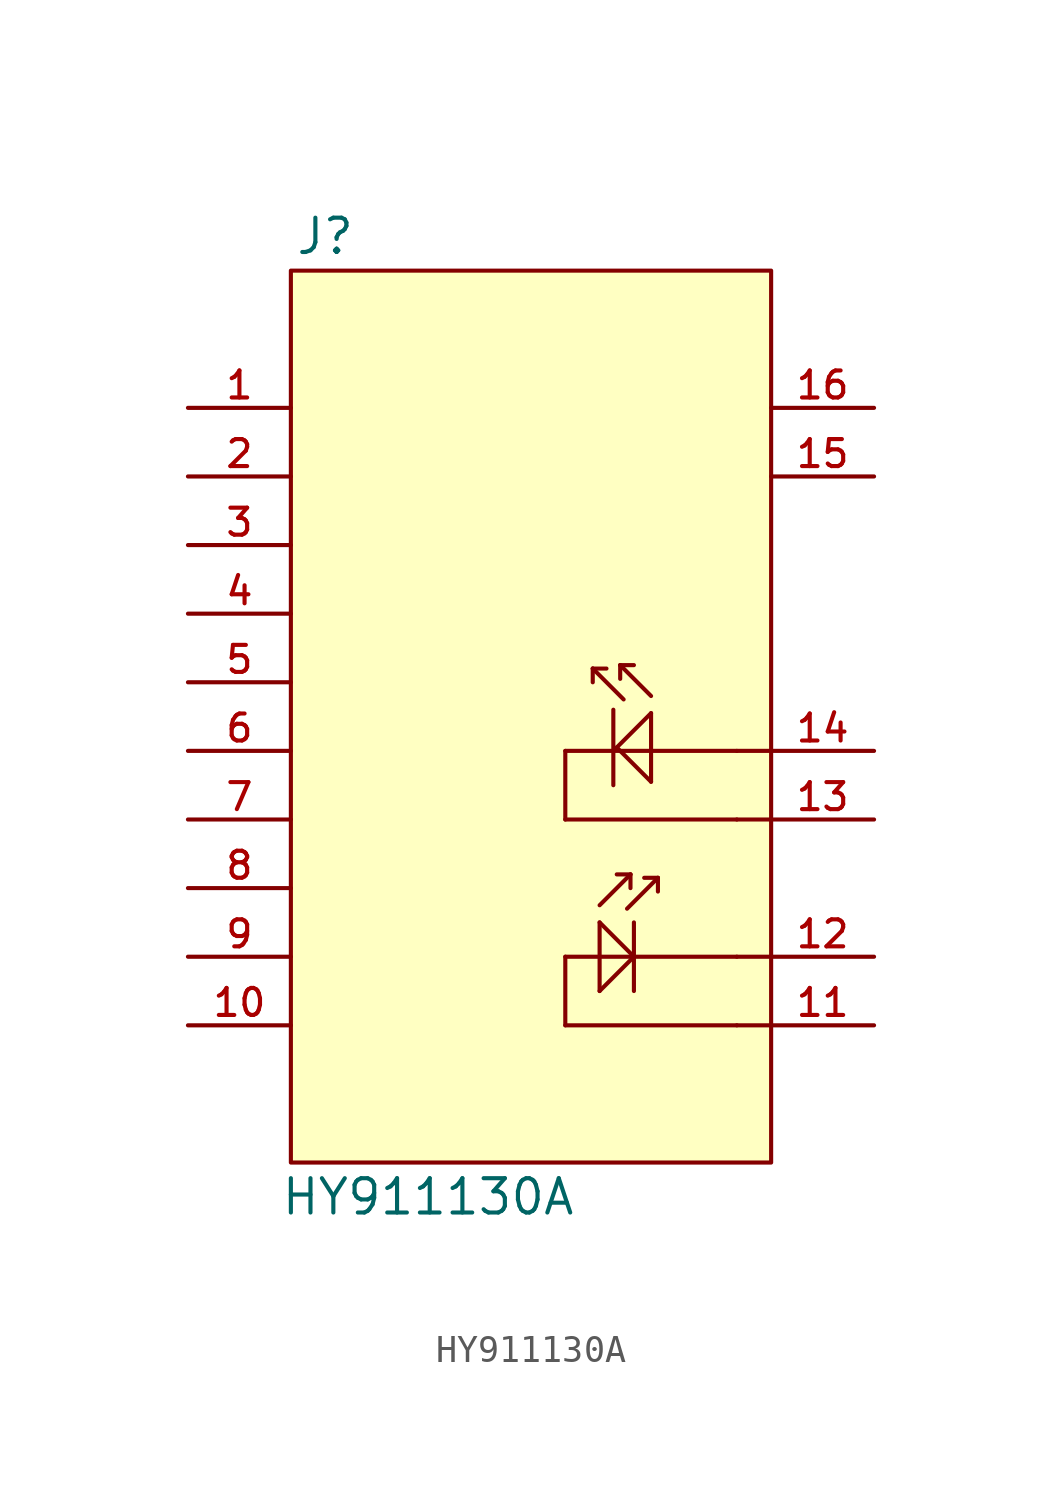
<source format=kicad_sym>
(kicad_symbol_lib
  (version 20220914)
  (generator kicad_symbol_editor)
  (symbol "HY911130A"
    (pin_names hide)
    (property "Reference" "J"
      (at -7.62 17.78 0)
      (effects (font (size 1.27 1.27))))
    (property "Value" "HY911130A"
      (at -3.81 -17.78 0)
      (effects (font (size 1.27 1.27))))
    (symbol "HY911130A_0_1"
      (rectangle (start -8.89 16.51) (end 8.89 -16.51) (stroke (width 0) (type default)) (fill (type background)))
      (polyline (pts (xy 1.27 -11.43) (xy 7.62 -11.43)) (stroke (width 0) (type default)) (fill (type none)))
      (polyline (pts (xy 1.27 -8.89) (xy 1.27 -11.43)) (stroke (width 0) (type default)) (fill (type none)))
      (polyline (pts (xy 1.27 -3.81) (xy 7.62 -3.81)) (stroke (width 0) (type default)) (fill (type none)))
      (polyline (pts (xy 1.27 -1.27) (xy 1.27 -3.81)) (stroke (width 0) (type default)) (fill (type none)))
      (polyline (pts (xy 2.286 1.778) (xy 2.286 1.27)) (stroke (width 0) (type default)) (fill (type none)))
      (polyline (pts (xy 2.286 1.778) (xy 2.794 1.778)) (stroke (width 0) (type default)) (fill (type none)))
      (polyline (pts (xy 2.54 -10.16) (xy 3.81 -8.89)) (stroke (width 0) (type default)) (fill (type none)))
      (polyline (pts (xy 2.54 -7.62) (xy 2.54 -10.16)) (stroke (width 0) (type default)) (fill (type none)))
      (polyline (pts (xy 2.54 -6.985) (xy 3.683 -5.842)) (stroke (width 0) (type default)) (fill (type none)))
      (polyline (pts (xy 3.048 -2.54) (xy 3.048 0.254)) (stroke (width 0) (type default)) (fill (type none)))
      (polyline (pts (xy 3.175 -1.143) (xy 4.445 -2.413)) (stroke (width 0) (type default)) (fill (type none)))
      (polyline (pts (xy 3.302 1.905) (xy 3.302 1.397)) (stroke (width 0) (type default)) (fill (type none)))
      (polyline (pts (xy 3.302 1.905) (xy 3.81 1.905)) (stroke (width 0) (type default)) (fill (type none)))
      (polyline (pts (xy 3.429 0.635) (xy 2.286 1.778)) (stroke (width 0) (type default)) (fill (type none)))
      (polyline (pts (xy 3.556 -7.112) (xy 4.699 -5.969)) (stroke (width 0) (type default)) (fill (type none)))
      (polyline (pts (xy 3.683 -5.842) (xy 3.175 -5.842)) (stroke (width 0) (type default)) (fill (type none)))
      (polyline (pts (xy 3.683 -5.842) (xy 3.683 -6.35)) (stroke (width 0) (type default)) (fill (type none)))
      (polyline (pts (xy 3.81 -8.89) (xy 2.54 -7.62)) (stroke (width 0) (type default)) (fill (type none)))
      (polyline (pts (xy 3.81 -7.62) (xy 3.81 -10.16)) (stroke (width 0) (type default)) (fill (type none)))
      (polyline (pts (xy 4.445 -2.413) (xy 4.445 0.127)) (stroke (width 0) (type default)) (fill (type none)))
      (polyline (pts (xy 4.445 0.127) (xy 3.175 -1.143)) (stroke (width 0) (type default)) (fill (type none)))
      (polyline (pts (xy 4.445 0.762) (xy 3.302 1.905)) (stroke (width 0) (type default)) (fill (type none)))
      (polyline (pts (xy 4.699 -5.969) (xy 4.191 -5.969)) (stroke (width 0) (type default)) (fill (type none)))
      (polyline (pts (xy 4.699 -5.969) (xy 4.699 -6.477)) (stroke (width 0) (type default)) (fill (type none)))
      (polyline (pts (xy 7.62 -8.89) (xy 1.27 -8.89)) (stroke (width 0) (type default)) (fill (type none)))
      (polyline (pts (xy 7.62 -1.27) (xy 1.27 -1.27)) (stroke (width 0) (type default)) (fill (type none)))
      (polyline (pts (xy 8.89 -11.43) (xy 7.62 -11.43)) (stroke (width 0) (type default)) (fill (type none)))
      (polyline (pts (xy 8.89 -8.89) (xy 7.62 -8.89)) (stroke (width 0) (type default)) (fill (type none)))
      (polyline (pts (xy 8.89 -3.81) (xy 7.62 -3.81)) (stroke (width 0) (type default)) (fill (type none)))
      (polyline (pts (xy 8.89 -1.27) (xy 7.62 -1.27)) (stroke (width 0) (type default)) (fill (type none)))
      (pin unspecified line (at -12.7 11.43 0) (length 3.81) (name "1" (effects (font (size 1 1)))) (number "1" (effects (font (size 1 1)))))
      (pin unspecified line (at 12.7 -11.43 180) (length 3.81) (name "11" (effects (font (size 1 1)))) (number "11" (effects (font (size 1 1)))))
      (pin unspecified line (at 12.7 -8.89 180) (length 3.81) (name "12" (effects (font (size 1 1)))) (number "12" (effects (font (size 1 1)))))
      (pin unspecified line (at 12.7 -3.81 180) (length 3.81) (name "13" (effects (font (size 1 1)))) (number "13" (effects (font (size 1 1)))))
      (pin unspecified line (at 12.7 -1.27 180) (length 3.81) (name "14" (effects (font (size 1 1)))) (number "14" (effects (font (size 1 1)))))
      (pin unspecified line (at 12.7 8.89 180) (length 3.81) (name "SH" (effects (font (size 1 1)))) (number "15" (effects (font (size 1 1)))))
      (pin unspecified line (at 12.7 11.43 180) (length 3.81) (name "SH" (effects (font (size 1 1)))) (number "16" (effects (font (size 1 1)))))
      (pin unspecified line (at -12.7 8.89 0) (length 3.81) (name "2" (effects (font (size 1 1)))) (number "2" (effects (font (size 1 1)))))
      (pin unspecified line (at -12.7 6.35 0) (length 3.81) (name "3" (effects (font (size 1 1)))) (number "3" (effects (font (size 1 1)))))
      (pin unspecified line (at -12.7 3.81 0) (length 3.81) (name "4" (effects (font (size 1 1)))) (number "4" (effects (font (size 1 1)))))
      (pin unspecified line (at -12.7 1.27 0) (length 3.81) (name "5" (effects (font (size 1 1)))) (number "5" (effects (font (size 1 1)))))
      (pin unspecified line (at -12.7 -1.27 0) (length 3.81) (name "6" (effects (font (size 1 1)))) (number "6" (effects (font (size 1 1)))))
      (pin unspecified line (at -12.7 -3.81 0) (length 3.81) (name "7" (effects (font (size 1 1)))) (number "7" (effects (font (size 1 1)))))
      (pin unspecified line (at -12.7 -6.35 0) (length 3.81) (name "8" (effects (font (size 1 1)))) (number "8" (effects (font (size 1 1))))))
    (symbol "HY911130A_1_1"
      (pin unspecified line (at -12.7 -11.43 0) (length 3.81) (name "10" (effects (font (size 1 1)))) (number "10" (effects (font (size 1 1)))))
      (pin unspecified line (at -12.7 -8.89 0) (length 3.81) (name "9" (effects (font (size 1 1)))) (number "9" (effects (font (size 1 1))))))))
</source>
